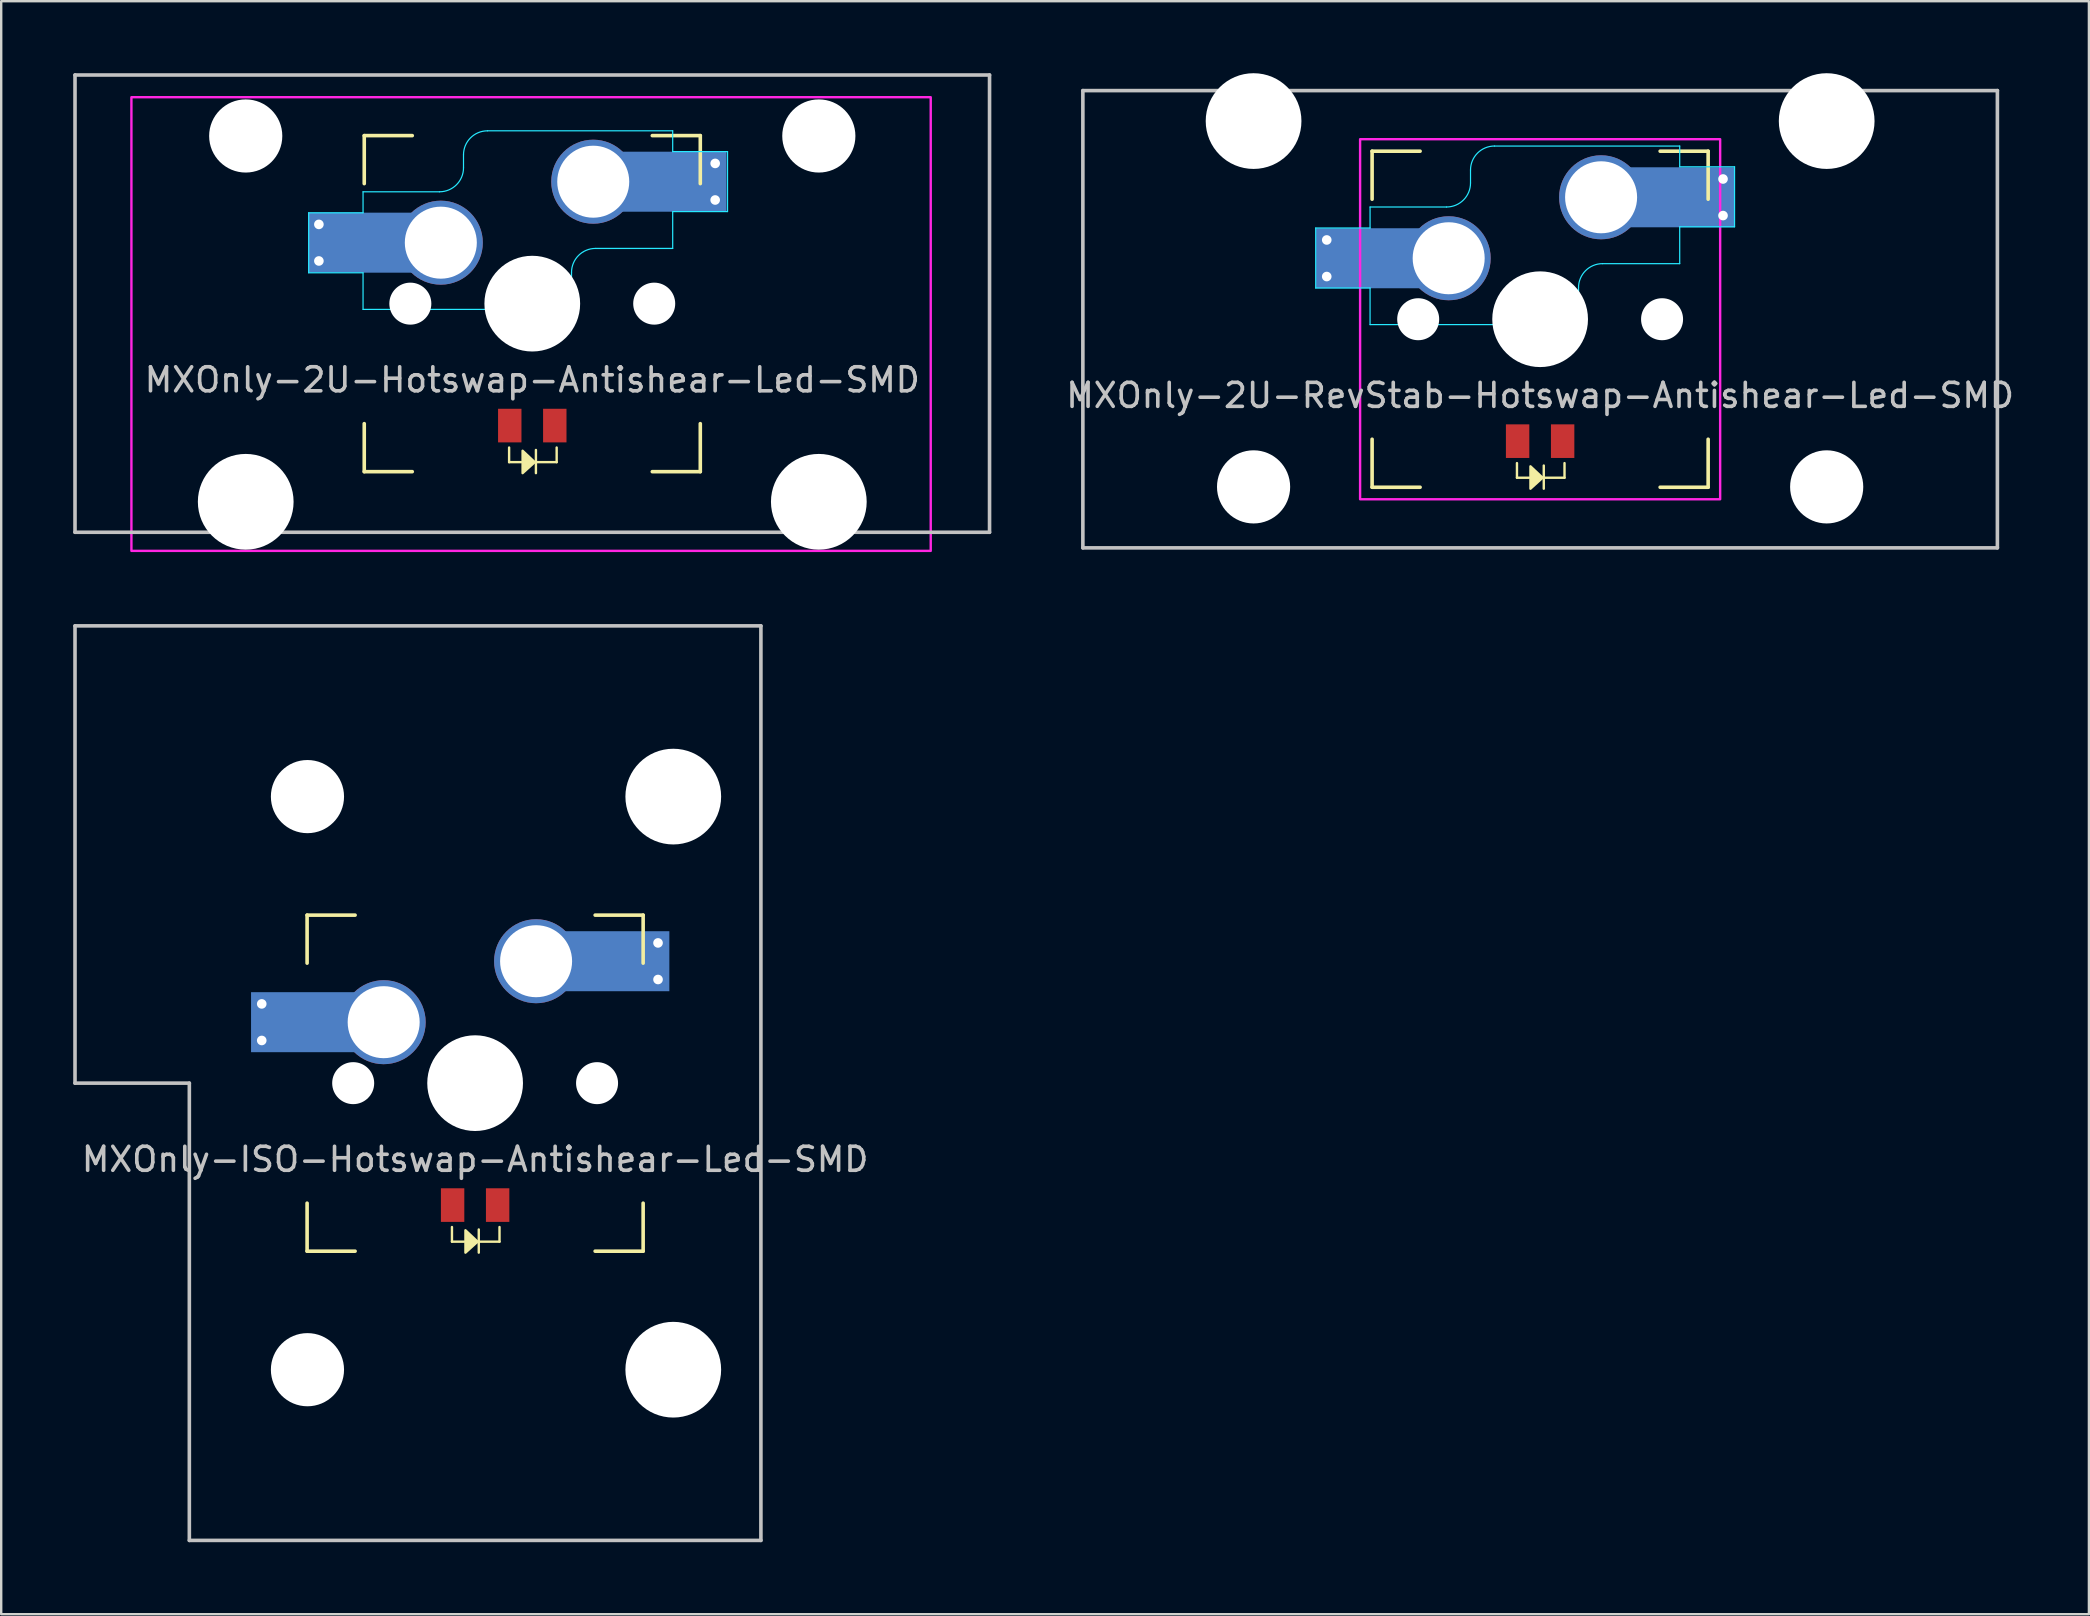
<source format=kicad_pcb>
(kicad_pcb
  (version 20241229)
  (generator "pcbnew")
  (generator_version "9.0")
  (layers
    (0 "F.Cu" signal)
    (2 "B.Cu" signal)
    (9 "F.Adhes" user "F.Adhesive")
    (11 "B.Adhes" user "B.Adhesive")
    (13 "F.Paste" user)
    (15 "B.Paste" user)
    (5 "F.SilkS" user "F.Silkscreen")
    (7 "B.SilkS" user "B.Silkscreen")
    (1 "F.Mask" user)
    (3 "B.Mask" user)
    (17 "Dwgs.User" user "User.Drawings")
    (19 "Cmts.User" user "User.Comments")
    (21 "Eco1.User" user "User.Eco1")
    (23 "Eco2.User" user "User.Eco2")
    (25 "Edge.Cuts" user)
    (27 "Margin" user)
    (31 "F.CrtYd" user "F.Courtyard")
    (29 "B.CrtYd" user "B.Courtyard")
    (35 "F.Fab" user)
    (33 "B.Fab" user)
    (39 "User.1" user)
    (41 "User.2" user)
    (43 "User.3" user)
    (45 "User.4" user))
  (footprint "MXOnly-ISO-Hotswap-Antishear-Led-SMD"
    (layer "F.Cu")
    (at 16.744 42.075)
    (property "Reference" "MXOnly-ISO-Hotswap-Antishear-Led-SMD" (at 0 3.175 0) (layer "Dwgs.User") (effects (font (size 1 1) (thickness 0.15))))
    (attr through_hole)
    (fp_line (start -7 -7) (end -7 -5) (stroke (width 0.15) (type solid)) (layer "F.SilkS"))
    (fp_line (start -7 5) (end -7 7) (stroke (width 0.15) (type solid)) (layer "F.SilkS"))
    (fp_line (start -7 7) (end -5 7) (stroke (width 0.15) (type solid)) (layer "F.SilkS"))
    (fp_line (start -5 -7) (end -7 -7) (stroke (width 0.15) (type solid)) (layer "F.SilkS"))
    (fp_line (start -0.965 6.604) (end -0.965 5.994) (stroke (width 0.1) (type default)) (layer "F.SilkS"))
    (fp_line (start -0.457 6.604) (end -0.965 6.604) (stroke (width 0.1) (type default)) (layer "F.SilkS"))
    (fp_line (start 0.102 6.604) (end 1.016 6.604) (stroke (width 0.1) (type default)) (layer "F.SilkS"))
    (fp_line (start 0.152 6.096) (end 0.152 7.061) (stroke (width 0.1) (type default)) (layer "F.SilkS"))
    (fp_line (start 1.016 6.604) (end 1.016 5.994) (stroke (width 0.1) (type default)) (layer "F.SilkS"))
    (fp_line (start 5 -7) (end 7 -7) (stroke (width 0.15) (type solid)) (layer "F.SilkS"))
    (fp_line (start 5 7) (end 7 7) (stroke (width 0.15) (type solid)) (layer "F.SilkS"))
    (fp_line (start 7 -7) (end 7 -5) (stroke (width 0.15) (type solid)) (layer "F.SilkS"))
    (fp_line (start 7 7) (end 7 5) (stroke (width 0.15) (type solid)) (layer "F.SilkS"))
    (fp_poly (pts (xy -0.403 7.061) (xy -0.403 6.129) (xy 0.102 6.604)) (stroke (width 0.1) (type solid)) (fill yes) (layer "F.SilkS"))
    (fp_line (start -16.669 -19.05) (end -16.669 0) (stroke (width 0.15) (type solid)) (layer "Dwgs.User"))
    (fp_line (start -16.669 -19.05) (end 11.906 -19.05) (stroke (width 0.15) (type solid)) (layer "Dwgs.User"))
    (fp_line (start -11.906 0) (end -16.669 0) (stroke (width 0.15) (type solid)) (layer "Dwgs.User"))
    (fp_line (start -11.906 19.05) (end -11.906 0) (stroke (width 0.15) (type solid)) (layer "Dwgs.User"))
    (fp_line (start -11.906 19.05) (end 11.906 19.05) (stroke (width 0.15) (type solid)) (layer "Dwgs.User"))
    (fp_line (start 11.906 -19.05) (end 11.906 19.05) (stroke (width 0.15) (type solid)) (layer "Dwgs.User"))
    (pad "" smd rect (at -7.085 -2.54) (size 2.55 2.5) (layers "B.Mask" "B.Paste"))
    (pad "" np_thru_hole circle (at -6.985 -11.938) (size 3.048 3.048) (drill 3.048) (layers "*.Cu" "*.Mask"))
    (pad "" np_thru_hole circle (at -6.985 11.938) (size 3.048 3.048) (drill 3.048) (layers "*.Cu" "*.Mask"))
    (pad "" np_thru_hole circle (at -5.08 0 48.1) (size 1.75 1.75) (drill 1.75) (layers "*.Cu" "*.Mask"))
    (pad "" np_thru_hole circle (at 0 0) (size 3.988 3.988) (drill 3.988) (layers "*.Cu" "*.Mask"))
    (pad "" np_thru_hole circle (at 5.08 0 48.1) (size 1.75 1.75) (drill 1.75) (layers "*.Cu" "*.Mask"))
    (pad "" smd rect (at 5.815 -5.08) (size 2.55 2.5) (layers "B.Mask" "B.Paste"))
    (pad "" np_thru_hole circle (at 8.255 -11.938) (size 3.988 3.988) (drill 3.988) (layers "*.Cu" "*.Mask"))
    (pad "" np_thru_hole circle (at 8.255 11.938) (size 3.988 3.988) (drill 3.988) (layers "*.Cu" "*.Mask"))
    (pad "1" thru_hole circle (at -8.89 -3.302) (size 0.8 0.8) (drill 0.4) (layers "*.Cu"))
    (pad "1" thru_hole circle (at -8.89 -1.778) (size 0.8 0.8) (drill 0.4) (layers "*.Cu"))
    (pad "1" smd rect (at -7.085 -2.54) (size 4.5 2.5) (layers "B.Cu"))
    (pad "1" thru_hole circle (at -3.81 -2.54) (size 3.5 3.5) (drill 3) (layers "*.Cu"))
    (pad "2" thru_hole circle (at 2.54 -5.08) (size 3.5 3.5) (drill 3) (layers "*.Cu"))
    (pad "2" smd rect (at 5.842 -5.08) (size 4.5 2.5) (layers "B.Cu"))
    (pad "2" thru_hole circle (at 7.62 -5.842) (size 0.8 0.8) (drill 0.4) (layers "*.Cu"))
    (pad "2" thru_hole circle (at 7.62 -4.318) (size 0.8 0.8) (drill 0.4) (layers "*.Cu"))
    (pad "3" smd rect (at -0.938 5.08) (size 0.975 1.4) (layers "F.Cu" "F.Mask" "F.Paste"))
    (pad "4" smd rect (at 0.938 5.08) (size 0.975 1.4) (layers "F.Cu" "F.Mask" "F.Paste")))
  (footprint "MXOnly-2U-RevStab-Hotswap-Antishear-Led-SMD"
    (layer "F.Cu")
    (at 61.113 10.249)
    (property "Reference" "MXOnly-2U-RevStab-Hotswap-Antishear-Led-SMD" (at 0 3.175 0) (layer "Dwgs.User") (effects (font (size 1 1) (thickness 0.15))))
    (attr through_hole)
    (fp_line (start -7 -7) (end -7 -5) (stroke (width 0.15) (type solid)) (layer "F.SilkS"))
    (fp_line (start -7 5) (end -7 7) (stroke (width 0.15) (type solid)) (layer "F.SilkS"))
    (fp_line (start -7 7) (end -5 7) (stroke (width 0.15) (type solid)) (layer "F.SilkS"))
    (fp_line (start -5 -7) (end -7 -7) (stroke (width 0.15) (type solid)) (layer "F.SilkS"))
    (fp_line (start -0.965 6.604) (end -0.965 5.994) (stroke (width 0.1) (type default)) (layer "F.SilkS"))
    (fp_line (start -0.457 6.604) (end -0.965 6.604) (stroke (width 0.1) (type default)) (layer "F.SilkS"))
    (fp_line (start 0.102 6.604) (end 1.016 6.604) (stroke (width 0.1) (type default)) (layer "F.SilkS"))
    (fp_line (start 0.152 6.096) (end 0.152 7.061) (stroke (width 0.1) (type default)) (layer "F.SilkS"))
    (fp_line (start 1.016 6.604) (end 1.016 5.994) (stroke (width 0.1) (type default)) (layer "F.SilkS"))
    (fp_line (start 5 -7) (end 7 -7) (stroke (width 0.15) (type solid)) (layer "F.SilkS"))
    (fp_line (start 5 7) (end 7 7) (stroke (width 0.15) (type solid)) (layer "F.SilkS"))
    (fp_line (start 7 -7) (end 7 -5) (stroke (width 0.15) (type solid)) (layer "F.SilkS"))
    (fp_line (start 7 7) (end 7 5) (stroke (width 0.15) (type solid)) (layer "F.SilkS"))
    (fp_poly (pts (xy -0.403 7.061) (xy -0.403 6.129) (xy 0.102 6.604)) (stroke (width 0.1) (type solid)) (fill yes) (layer "F.SilkS"))
    (fp_line (start -19.05 -9.525) (end 19.05 -9.525) (stroke (width 0.15) (type solid)) (layer "Dwgs.User"))
    (fp_line (start -19.05 9.525) (end -19.05 -9.525) (stroke (width 0.15) (type solid)) (layer "Dwgs.User"))
    (fp_line (start -19.05 9.525) (end 19.05 9.525) (stroke (width 0.15) (type solid)) (layer "Dwgs.User"))
    (fp_line (start 19.05 -9.525) (end 19.05 9.525) (stroke (width 0.15) (type solid)) (layer "Dwgs.User"))
    (fp_rect (start -7.025 -7.025) (end 7.025 7.025) (stroke (width 0.1) (type solid)) (fill no) (layer "Eco1.User"))
    (fp_line (start -9.35 -3.8) (end -9.35 -1.3) (stroke (width 0.05) (type default)) (layer "B.CrtYd"))
    (fp_line (start -9.35 -1.3) (end -7.085 -1.3) (stroke (width 0.05) (type default)) (layer "B.CrtYd"))
    (fp_line (start -7.085 -4.675) (end -7.085 -3.8) (stroke (width 0.05) (type default)) (layer "B.CrtYd"))
    (fp_line (start -7.085 -4.675) (end -3.9 -4.675) (stroke (width 0.05) (type solid)) (layer "B.CrtYd"))
    (fp_line (start -7.085 -3.8) (end -9.35 -3.8) (stroke (width 0.05) (type default)) (layer "B.CrtYd"))
    (fp_line (start -7.085 -1.3) (end -7.085 0.225) (stroke (width 0.05) (type default)) (layer "B.CrtYd"))
    (fp_line (start -7.085 0.225) (end 0.6 0.225) (stroke (width 0.05) (type default)) (layer "B.CrtYd"))
    (fp_line (start -2.9 -6.215) (end -2.9 -5.675) (stroke (width 0.05) (type default)) (layer "B.CrtYd"))
    (fp_line (start 1.6 -0.775) (end 1.6 -1.315) (stroke (width 0.05) (type default)) (layer "B.CrtYd"))
    (fp_line (start 5.815 -7.215) (end -1.9 -7.215) (stroke (width 0.05) (type default)) (layer "B.CrtYd"))
    (fp_line (start 5.815 -6.35) (end 5.815 -7.215) (stroke (width 0.05) (type default)) (layer "B.CrtYd"))
    (fp_line (start 5.815 -6.35) (end 8.1 -6.35) (stroke (width 0.05) (type default)) (layer "B.CrtYd"))
    (fp_line (start 5.815 -3.85) (end 5.815 -2.315) (stroke (width 0.05) (type default)) (layer "B.CrtYd"))
    (fp_line (start 5.815 -2.315) (end 2.6 -2.315) (stroke (width 0.05) (type solid)) (layer "B.CrtYd"))
    (fp_line (start 8.1 -3.85) (end 5.815 -3.85) (stroke (width 0.05) (type default)) (layer "B.CrtYd"))
    (fp_line (start 8.1 -3.85) (end 8.1 -6.35) (stroke (width 0.05) (type default)) (layer "B.CrtYd"))
    (fp_arc (start -2.9 -6.215) (mid -2.607107 -6.922107) (end -1.9 -7.215) (stroke (width 0.05) (type default)) (layer "B.CrtYd"))
    (fp_arc (start -2.9 -5.675) (mid -3.192893 -4.967893) (end -3.9 -4.675) (stroke (width 0.05) (type default)) (layer "B.CrtYd"))
    (fp_arc (start 1.6 -1.315) (mid 1.892893 -2.022107) (end 2.6 -2.315) (stroke (width 0.05) (type default)) (layer "B.CrtYd"))
    (fp_arc (start 1.6 -0.775) (mid 1.307107 -0.067893) (end 0.6 0.225) (stroke (width 0.05) (type default)) (layer "B.CrtYd"))
    (fp_rect (start -7.5 -7.5) (end 7.5 7.5) (stroke (width 0.1) (type solid)) (fill no) (layer "F.CrtYd"))
    (pad "" np_thru_hole circle (at -11.938 -8.255) (size 3.988 3.988) (drill 3.988) (layers "*.Cu" "*.Mask"))
    (pad "" np_thru_hole circle (at -11.938 6.985) (size 3.048 3.048) (drill 3.048) (layers "*.Cu" "*.Mask"))
    (pad "" smd rect (at -7.085 -2.54) (size 2.55 2.5) (layers "B.Mask" "B.Paste"))
    (pad "" np_thru_hole circle (at -5.08 0 48.1) (size 1.75 1.75) (drill 1.75) (layers "*.Cu" "*.Mask"))
    (pad "" np_thru_hole circle (at 0 0) (size 3.988 3.988) (drill 3.988) (layers "*.Cu" "*.Mask"))
    (pad "" np_thru_hole circle (at 5.08 0 48.1) (size 1.75 1.75) (drill 1.75) (layers "*.Cu" "*.Mask"))
    (pad "" smd rect (at 5.815 -5.08) (size 2.55 2.5) (layers "B.Mask" "B.Paste"))
    (pad "" np_thru_hole circle (at 11.938 -8.255) (size 3.988 3.988) (drill 3.988) (layers "*.Cu" "*.Mask"))
    (pad "" np_thru_hole circle (at 11.938 6.985) (size 3.048 3.048) (drill 3.048) (layers "*.Cu" "*.Mask"))
    (pad "1" thru_hole circle (at -8.89 -3.302) (size 0.8 0.8) (drill 0.4) (layers "*.Cu"))
    (pad "1" thru_hole circle (at -8.89 -1.778) (size 0.8 0.8) (drill 0.4) (layers "*.Cu"))
    (pad "1" smd rect (at -7.085 -2.54) (size 4.5 2.5) (layers "B.Cu"))
    (pad "1" thru_hole circle (at -3.81 -2.54) (size 3.5 3.5) (drill 3) (layers "*.Cu"))
    (pad "2" thru_hole circle (at 2.54 -5.08) (size 3.5 3.5) (drill 3) (layers "*.Cu"))
    (pad "2" smd rect (at 5.842 -5.08) (size 4.5 2.5) (layers "B.Cu"))
    (pad "2" thru_hole circle (at 7.62 -5.842) (size 0.8 0.8) (drill 0.4) (layers "*.Cu"))
    (pad "2" thru_hole circle (at 7.62 -4.318) (size 0.8 0.8) (drill 0.4) (layers "*.Cu"))
    (pad "3" smd rect (at -0.938 5.08) (size 0.975 1.4) (layers "F.Cu" "F.Mask" "F.Paste"))
    (pad "4" smd rect (at 0.938 5.08) (size 0.975 1.4) (layers "F.Cu" "F.Mask" "F.Paste")))
  (footprint "MXOnly-2U-Hotswap-Antishear-Led-SMD"
    (layer "F.Cu")
    (at 19.125 9.6)
    (property "Reference" "MXOnly-2U-Hotswap-Antishear-Led-SMD" (at 0 3.175 0) (layer "Dwgs.User") (effects (font (size 1 1) (thickness 0.15))))
    (attr through_hole)
    (fp_line (start -7 -7) (end -7 -5) (stroke (width 0.15) (type solid)) (layer "F.SilkS"))
    (fp_line (start -7 5) (end -7 7) (stroke (width 0.15) (type solid)) (layer "F.SilkS"))
    (fp_line (start -7 7) (end -5 7) (stroke (width 0.15) (type solid)) (layer "F.SilkS"))
    (fp_line (start -5 -7) (end -7 -7) (stroke (width 0.15) (type solid)) (layer "F.SilkS"))
    (fp_line (start -0.965 6.604) (end -0.965 5.994) (stroke (width 0.1) (type default)) (layer "F.SilkS"))
    (fp_line (start -0.457 6.604) (end -0.965 6.604) (stroke (width 0.1) (type default)) (layer "F.SilkS"))
    (fp_line (start 0.102 6.604) (end 1.016 6.604) (stroke (width 0.1) (type default)) (layer "F.SilkS"))
    (fp_line (start 0.152 6.096) (end 0.152 7.061) (stroke (width 0.1) (type default)) (layer "F.SilkS"))
    (fp_line (start 1.016 6.604) (end 1.016 5.994) (stroke (width 0.1) (type default)) (layer "F.SilkS"))
    (fp_line (start 5 -7) (end 7 -7) (stroke (width 0.15) (type solid)) (layer "F.SilkS"))
    (fp_line (start 5 7) (end 7 7) (stroke (width 0.15) (type solid)) (layer "F.SilkS"))
    (fp_line (start 7 -7) (end 7 -5) (stroke (width 0.15) (type solid)) (layer "F.SilkS"))
    (fp_line (start 7 7) (end 7 5) (stroke (width 0.15) (type solid)) (layer "F.SilkS"))
    (fp_poly (pts (xy -0.403 7.061) (xy -0.403 6.129) (xy 0.102 6.604)) (stroke (width 0.1) (type solid)) (fill yes) (layer "F.SilkS"))
    (fp_line (start -19.05 -9.525) (end 19.05 -9.525) (stroke (width 0.15) (type solid)) (layer "Dwgs.User"))
    (fp_line (start -19.05 9.525) (end -19.05 -9.525) (stroke (width 0.15) (type solid)) (layer "Dwgs.User"))
    (fp_line (start -19.05 9.525) (end 19.05 9.525) (stroke (width 0.15) (type solid)) (layer "Dwgs.User"))
    (fp_line (start 19.05 -9.525) (end 19.05 9.525) (stroke (width 0.15) (type solid)) (layer "Dwgs.User"))
    (fp_poly (pts (xy 7.025 0.4) (xy 8.625 0.4) (xy 8.625 -5.425) (xy 9.96 -5.425) (xy 9.96 -6.925) (xy 13.96 -6.925) (xy 13.96 -5.425) (xy 15.325 -5.425) (xy 15.325 0.575) (xy 16.325 0.575) (xy 16.325 3.575) (xy 15.325 3.575) (xy 15.325 6.575) (xy 8.625 6.575) (xy 8.625 4.1) (xy 7.025 4.1) (xy 7.025 7.025) (xy -7.025 7.025) (xy -7.025 4.1) (xy -8.625 4.1) (xy -8.625 6.575) (xy -15.325 6.575) (xy -15.325 3.575) (xy -16.325 3.575) (xy -16.325 0.575) (xy -15.325 0.575) (xy -15.325 -5.425) (xy -13.96 -5.425) (xy -13.96 -6.925) (xy -9.96 -6.925) (xy -9.96 -5.425) (xy -8.625 -5.425) (xy -8.625 0.4) (xy -7.025 0.4) (xy -7.025 -7.025) (xy 7.025 -7.025)) (stroke (width 0.1) (type default)) (fill no) (layer "Eco1.User"))
    (fp_line (start -9.315 -3.785) (end -9.315 -1.285) (stroke (width 0.05) (type default)) (layer "B.CrtYd"))
    (fp_line (start -9.315 -1.285) (end -7.05 -1.285) (stroke (width 0.05) (type default)) (layer "B.CrtYd"))
    (fp_line (start -7.05 -4.66) (end -7.05 -3.785) (stroke (width 0.05) (type default)) (layer "B.CrtYd"))
    (fp_line (start -7.05 -4.66) (end -3.865 -4.66) (stroke (width 0.05) (type solid)) (layer "B.CrtYd"))
    (fp_line (start -7.05 -3.785) (end -9.315 -3.785) (stroke (width 0.05) (type default)) (layer "B.CrtYd"))
    (fp_line (start -7.05 -1.285) (end -7.05 0.24) (stroke (width 0.05) (type default)) (layer "B.CrtYd"))
    (fp_line (start -7.05 0.24) (end 0.635 0.24) (stroke (width 0.05) (type default)) (layer "B.CrtYd"))
    (fp_line (start -2.865 -6.2) (end -2.865 -5.66) (stroke (width 0.05) (type default)) (layer "B.CrtYd"))
    (fp_line (start 1.635 -0.76) (end 1.635 -1.3) (stroke (width 0.05) (type default)) (layer "B.CrtYd"))
    (fp_line (start 5.85 -7.2) (end -1.865 -7.2) (stroke (width 0.05) (type default)) (layer "B.CrtYd"))
    (fp_line (start 5.85 -6.335) (end 5.85 -7.2) (stroke (width 0.05) (type default)) (layer "B.CrtYd"))
    (fp_line (start 5.85 -6.335) (end 8.135 -6.335) (stroke (width 0.05) (type default)) (layer "B.CrtYd"))
    (fp_line (start 5.85 -3.835) (end 5.85 -2.3) (stroke (width 0.05) (type default)) (layer "B.CrtYd"))
    (fp_line (start 5.85 -2.3) (end 2.635 -2.3) (stroke (width 0.05) (type solid)) (layer "B.CrtYd"))
    (fp_line (start 8.135 -3.835) (end 5.85 -3.835) (stroke (width 0.05) (type default)) (layer "B.CrtYd"))
    (fp_line (start 8.135 -3.835) (end 8.135 -6.335) (stroke (width 0.05) (type default)) (layer "B.CrtYd"))
    (fp_arc (start -2.865 -6.2) (mid -2.572107 -6.907107) (end -1.865 -7.2) (stroke (width 0.05) (type default)) (layer "B.CrtYd"))
    (fp_arc (start -2.865 -5.66) (mid -3.157893 -4.952893) (end -3.865 -4.66) (stroke (width 0.05) (type default)) (layer "B.CrtYd"))
    (fp_arc (start 1.635 -1.3) (mid 1.927893 -2.007107) (end 2.635 -2.3) (stroke (width 0.05) (type default)) (layer "B.CrtYd"))
    (fp_arc (start 1.635 -0.76) (mid 1.342107 -0.052893) (end 0.635 0.24) (stroke (width 0.05) (type default)) (layer "B.CrtYd"))
    (fp_rect (start -16.7 -8.6) (end 16.6 10.3) (stroke (width 0.1) (type solid)) (fill no) (layer "F.CrtYd"))
    (pad "" np_thru_hole circle (at -11.938 -6.985) (size 3.048 3.048) (drill 3.048) (layers "*.Cu" "*.Mask"))
    (pad "" np_thru_hole circle (at -11.938 8.255) (size 3.988 3.988) (drill 3.988) (layers "*.Cu" "*.Mask"))
    (pad "" smd rect (at -7.085 -2.54) (size 2.55 2.5) (layers "B.Mask" "B.Paste"))
    (pad "" np_thru_hole circle (at -5.08 0 48.1) (size 1.75 1.75) (drill 1.75) (layers "*.Cu" "*.Mask"))
    (pad "" np_thru_hole circle (at 0 0) (size 3.988 3.988) (drill 3.988) (layers "*.Cu" "*.Mask"))
    (pad "" np_thru_hole circle (at 5.08 0 48.1) (size 1.75 1.75) (drill 1.75) (layers "*.Cu" "*.Mask"))
    (pad "" smd rect (at 5.815 -5.08) (size 2.55 2.5) (layers "B.Mask" "B.Paste"))
    (pad "" np_thru_hole circle (at 11.938 -6.985) (size 3.048 3.048) (drill 3.048) (layers "*.Cu" "*.Mask"))
    (pad "" np_thru_hole circle (at 11.938 8.255) (size 3.988 3.988) (drill 3.988) (layers "*.Cu" "*.Mask"))
    (pad "1" thru_hole circle (at -8.89 -3.302) (size 0.8 0.8) (drill 0.4) (layers "*.Cu"))
    (pad "1" thru_hole circle (at -8.89 -1.778) (size 0.8 0.8) (drill 0.4) (layers "*.Cu"))
    (pad "1" smd rect (at -7.085 -2.54) (size 4.5 2.5) (layers "B.Cu"))
    (pad "1" thru_hole circle (at -3.81 -2.54) (size 3.5 3.5) (drill 3) (layers "*.Cu"))
    (pad "2" thru_hole circle (at 2.54 -5.08) (size 3.5 3.5) (drill 3) (layers "*.Cu"))
    (pad "2" smd rect (at 5.842 -5.08) (size 4.5 2.5) (layers "B.Cu"))
    (pad "2" thru_hole circle (at 7.62 -5.842) (size 0.8 0.8) (drill 0.4) (layers "*.Cu"))
    (pad "2" thru_hole circle (at 7.62 -4.318) (size 0.8 0.8) (drill 0.4) (layers "*.Cu"))
    (pad "3" smd rect (at -0.938 5.08) (size 0.975 1.4) (layers "F.Cu" "F.Mask" "F.Paste"))
    (pad "4" smd rect (at 0.938 5.08) (size 0.975 1.4) (layers "F.Cu" "F.Mask" "F.Paste")))
  (gr_rect
    (start -3 -3)
    (end 83.976 64.2)
    (stroke (width 0.1) (type default))
    (fill no)
    (layer "Edge.Cuts")))
</source>
